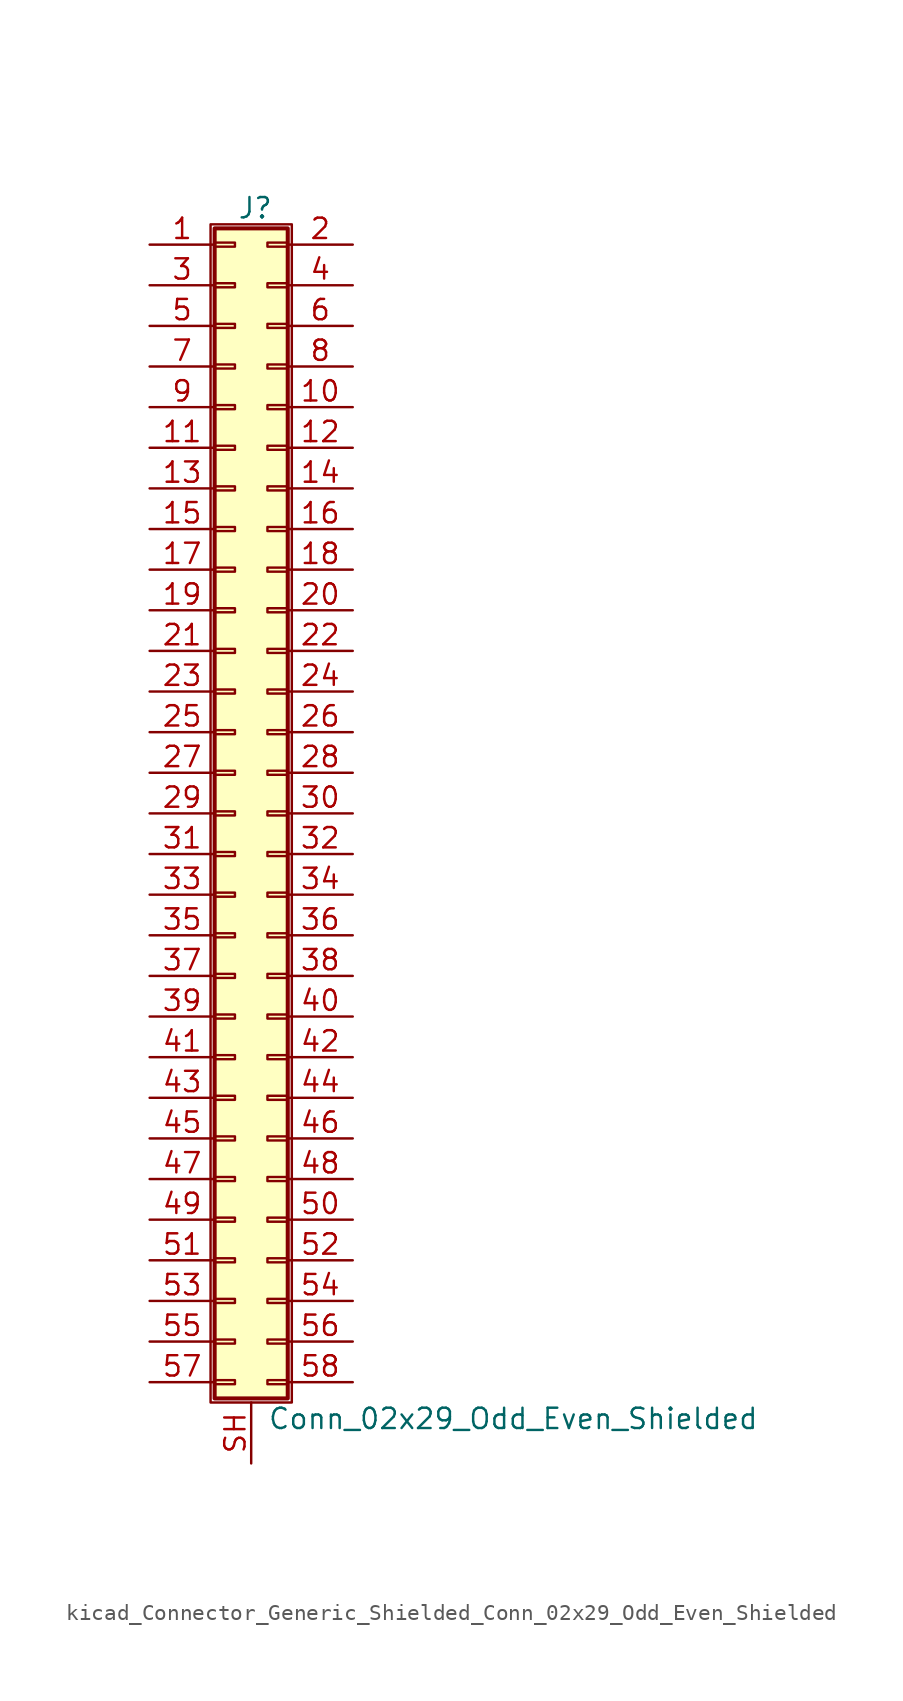
<source format=kicad_sym>
(kicad_symbol_lib
  (version 20220914)
  (generator kicad_symbol_editor)
  (symbol "kicad_Connector_Generic_Shielded_Conn_02x29_Odd_Even_Shielded"
    (pin_names
      (offset 1.016) hide)
    (property "Reference" "J"
      (at 1.524 37.846 0)
      (effects (font (size 1.27 1.27))))
    (property "Value" "Conn_02x29_Odd_Even_Shielded"
      (at 2.286 -37.846 0)
      (effects (font (size 1.27 1.27)) (justify left)))
    (symbol "kicad_Connector_Generic_Shielded_Conn_02x29_Odd_Even_Shielded_1_1"
      (rectangle (start -1.27 36.83) (end 3.81 -36.83) (stroke (width 0.152) (type default)) (fill (type none)))
      (rectangle (start -1.016 -35.433) (end 0.254 -35.687) (stroke (width 0.152) (type default)) (fill (type none)))
      (rectangle (start -1.016 -32.893) (end 0.254 -33.147) (stroke (width 0.152) (type default)) (fill (type none)))
      (rectangle (start -1.016 -30.353) (end 0.254 -30.607) (stroke (width 0.152) (type default)) (fill (type none)))
      (rectangle (start -1.016 -27.813) (end 0.254 -28.067) (stroke (width 0.152) (type default)) (fill (type none)))
      (rectangle (start -1.016 -25.273) (end 0.254 -25.527) (stroke (width 0.152) (type default)) (fill (type none)))
      (rectangle (start -1.016 -22.733) (end 0.254 -22.987) (stroke (width 0.152) (type default)) (fill (type none)))
      (rectangle (start -1.016 -20.193) (end 0.254 -20.447) (stroke (width 0.152) (type default)) (fill (type none)))
      (rectangle (start -1.016 -17.653) (end 0.254 -17.907) (stroke (width 0.152) (type default)) (fill (type none)))
      (rectangle (start -1.016 -15.113) (end 0.254 -15.367) (stroke (width 0.152) (type default)) (fill (type none)))
      (rectangle (start -1.016 -12.573) (end 0.254 -12.827) (stroke (width 0.152) (type default)) (fill (type none)))
      (rectangle (start -1.016 -10.033) (end 0.254 -10.287) (stroke (width 0.152) (type default)) (fill (type none)))
      (rectangle (start -1.016 -7.493) (end 0.254 -7.747) (stroke (width 0.152) (type default)) (fill (type none)))
      (rectangle (start -1.016 -4.953) (end 0.254 -5.207) (stroke (width 0.152) (type default)) (fill (type none)))
      (rectangle (start -1.016 -2.413) (end 0.254 -2.667) (stroke (width 0.152) (type default)) (fill (type none)))
      (rectangle (start -1.016 0.127) (end 0.254 -0.127) (stroke (width 0.152) (type default)) (fill (type none)))
      (rectangle (start -1.016 2.667) (end 0.254 2.413) (stroke (width 0.152) (type default)) (fill (type none)))
      (rectangle (start -1.016 5.207) (end 0.254 4.953) (stroke (width 0.152) (type default)) (fill (type none)))
      (rectangle (start -1.016 7.747) (end 0.254 7.493) (stroke (width 0.152) (type default)) (fill (type none)))
      (rectangle (start -1.016 10.287) (end 0.254 10.033) (stroke (width 0.152) (type default)) (fill (type none)))
      (rectangle (start -1.016 12.827) (end 0.254 12.573) (stroke (width 0.152) (type default)) (fill (type none)))
      (rectangle (start -1.016 15.367) (end 0.254 15.113) (stroke (width 0.152) (type default)) (fill (type none)))
      (rectangle (start -1.016 17.907) (end 0.254 17.653) (stroke (width 0.152) (type default)) (fill (type none)))
      (rectangle (start -1.016 20.447) (end 0.254 20.193) (stroke (width 0.152) (type default)) (fill (type none)))
      (rectangle (start -1.016 22.987) (end 0.254 22.733) (stroke (width 0.152) (type default)) (fill (type none)))
      (rectangle (start -1.016 25.527) (end 0.254 25.273) (stroke (width 0.152) (type default)) (fill (type none)))
      (rectangle (start -1.016 28.067) (end 0.254 27.813) (stroke (width 0.152) (type default)) (fill (type none)))
      (rectangle (start -1.016 30.607) (end 0.254 30.353) (stroke (width 0.152) (type default)) (fill (type none)))
      (rectangle (start -1.016 33.147) (end 0.254 32.893) (stroke (width 0.152) (type default)) (fill (type none)))
      (rectangle (start -1.016 35.687) (end 0.254 35.433) (stroke (width 0.152) (type default)) (fill (type none)))
      (rectangle (start -1.016 36.576) (end 3.556 -36.576) (stroke (width 0.254) (type default)) (fill (type background)))
      (rectangle (start 3.556 -35.433) (end 2.286 -35.687) (stroke (width 0.152) (type default)) (fill (type none)))
      (rectangle (start 3.556 -32.893) (end 2.286 -33.147) (stroke (width 0.152) (type default)) (fill (type none)))
      (rectangle (start 3.556 -30.353) (end 2.286 -30.607) (stroke (width 0.152) (type default)) (fill (type none)))
      (rectangle (start 3.556 -27.813) (end 2.286 -28.067) (stroke (width 0.152) (type default)) (fill (type none)))
      (rectangle (start 3.556 -25.273) (end 2.286 -25.527) (stroke (width 0.152) (type default)) (fill (type none)))
      (rectangle (start 3.556 -22.733) (end 2.286 -22.987) (stroke (width 0.152) (type default)) (fill (type none)))
      (rectangle (start 3.556 -20.193) (end 2.286 -20.447) (stroke (width 0.152) (type default)) (fill (type none)))
      (rectangle (start 3.556 -17.653) (end 2.286 -17.907) (stroke (width 0.152) (type default)) (fill (type none)))
      (rectangle (start 3.556 -15.113) (end 2.286 -15.367) (stroke (width 0.152) (type default)) (fill (type none)))
      (rectangle (start 3.556 -12.573) (end 2.286 -12.827) (stroke (width 0.152) (type default)) (fill (type none)))
      (rectangle (start 3.556 -10.033) (end 2.286 -10.287) (stroke (width 0.152) (type default)) (fill (type none)))
      (rectangle (start 3.556 -7.493) (end 2.286 -7.747) (stroke (width 0.152) (type default)) (fill (type none)))
      (rectangle (start 3.556 -4.953) (end 2.286 -5.207) (stroke (width 0.152) (type default)) (fill (type none)))
      (rectangle (start 3.556 -2.413) (end 2.286 -2.667) (stroke (width 0.152) (type default)) (fill (type none)))
      (rectangle (start 3.556 0.127) (end 2.286 -0.127) (stroke (width 0.152) (type default)) (fill (type none)))
      (rectangle (start 3.556 2.667) (end 2.286 2.413) (stroke (width 0.152) (type default)) (fill (type none)))
      (rectangle (start 3.556 5.207) (end 2.286 4.953) (stroke (width 0.152) (type default)) (fill (type none)))
      (rectangle (start 3.556 7.747) (end 2.286 7.493) (stroke (width 0.152) (type default)) (fill (type none)))
      (rectangle (start 3.556 10.287) (end 2.286 10.033) (stroke (width 0.152) (type default)) (fill (type none)))
      (rectangle (start 3.556 12.827) (end 2.286 12.573) (stroke (width 0.152) (type default)) (fill (type none)))
      (rectangle (start 3.556 15.367) (end 2.286 15.113) (stroke (width 0.152) (type default)) (fill (type none)))
      (rectangle (start 3.556 17.907) (end 2.286 17.653) (stroke (width 0.152) (type default)) (fill (type none)))
      (rectangle (start 3.556 20.447) (end 2.286 20.193) (stroke (width 0.152) (type default)) (fill (type none)))
      (rectangle (start 3.556 22.987) (end 2.286 22.733) (stroke (width 0.152) (type default)) (fill (type none)))
      (rectangle (start 3.556 25.527) (end 2.286 25.273) (stroke (width 0.152) (type default)) (fill (type none)))
      (rectangle (start 3.556 28.067) (end 2.286 27.813) (stroke (width 0.152) (type default)) (fill (type none)))
      (rectangle (start 3.556 30.607) (end 2.286 30.353) (stroke (width 0.152) (type default)) (fill (type none)))
      (rectangle (start 3.556 33.147) (end 2.286 32.893) (stroke (width 0.152) (type default)) (fill (type none)))
      (rectangle (start 3.556 35.687) (end 2.286 35.433) (stroke (width 0.152) (type default)) (fill (type none)))
      (pin passive line (at -5.08 35.56 0) (length 4.064) (name "Pin_1" (effects (font (size 1.27 1.27)))) (number "1" (effects (font (size 1.27 1.27)))))
      (pin passive line (at 7.62 25.4 180) (length 4.064) (name "Pin_10" (effects (font (size 1.27 1.27)))) (number "10" (effects (font (size 1.27 1.27)))))
      (pin passive line (at -5.08 22.86 0) (length 4.064) (name "Pin_11" (effects (font (size 1.27 1.27)))) (number "11" (effects (font (size 1.27 1.27)))))
      (pin passive line (at 7.62 22.86 180) (length 4.064) (name "Pin_12" (effects (font (size 1.27 1.27)))) (number "12" (effects (font (size 1.27 1.27)))))
      (pin passive line (at -5.08 20.32 0) (length 4.064) (name "Pin_13" (effects (font (size 1.27 1.27)))) (number "13" (effects (font (size 1.27 1.27)))))
      (pin passive line (at 7.62 20.32 180) (length 4.064) (name "Pin_14" (effects (font (size 1.27 1.27)))) (number "14" (effects (font (size 1.27 1.27)))))
      (pin passive line (at -5.08 17.78 0) (length 4.064) (name "Pin_15" (effects (font (size 1.27 1.27)))) (number "15" (effects (font (size 1.27 1.27)))))
      (pin passive line (at 7.62 17.78 180) (length 4.064) (name "Pin_16" (effects (font (size 1.27 1.27)))) (number "16" (effects (font (size 1.27 1.27)))))
      (pin passive line (at -5.08 15.24 0) (length 4.064) (name "Pin_17" (effects (font (size 1.27 1.27)))) (number "17" (effects (font (size 1.27 1.27)))))
      (pin passive line (at 7.62 15.24 180) (length 4.064) (name "Pin_18" (effects (font (size 1.27 1.27)))) (number "18" (effects (font (size 1.27 1.27)))))
      (pin passive line (at -5.08 12.7 0) (length 4.064) (name "Pin_19" (effects (font (size 1.27 1.27)))) (number "19" (effects (font (size 1.27 1.27)))))
      (pin passive line (at 7.62 35.56 180) (length 4.064) (name "Pin_2" (effects (font (size 1.27 1.27)))) (number "2" (effects (font (size 1.27 1.27)))))
      (pin passive line (at 7.62 12.7 180) (length 4.064) (name "Pin_20" (effects (font (size 1.27 1.27)))) (number "20" (effects (font (size 1.27 1.27)))))
      (pin passive line (at -5.08 10.16 0) (length 4.064) (name "Pin_21" (effects (font (size 1.27 1.27)))) (number "21" (effects (font (size 1.27 1.27)))))
      (pin passive line (at 7.62 10.16 180) (length 4.064) (name "Pin_22" (effects (font (size 1.27 1.27)))) (number "22" (effects (font (size 1.27 1.27)))))
      (pin passive line (at -5.08 7.62 0) (length 4.064) (name "Pin_23" (effects (font (size 1.27 1.27)))) (number "23" (effects (font (size 1.27 1.27)))))
      (pin passive line (at 7.62 7.62 180) (length 4.064) (name "Pin_24" (effects (font (size 1.27 1.27)))) (number "24" (effects (font (size 1.27 1.27)))))
      (pin passive line (at -5.08 5.08 0) (length 4.064) (name "Pin_25" (effects (font (size 1.27 1.27)))) (number "25" (effects (font (size 1.27 1.27)))))
      (pin passive line (at 7.62 5.08 180) (length 4.064) (name "Pin_26" (effects (font (size 1.27 1.27)))) (number "26" (effects (font (size 1.27 1.27)))))
      (pin passive line (at -5.08 2.54 0) (length 4.064) (name "Pin_27" (effects (font (size 1.27 1.27)))) (number "27" (effects (font (size 1.27 1.27)))))
      (pin passive line (at 7.62 2.54 180) (length 4.064) (name "Pin_28" (effects (font (size 1.27 1.27)))) (number "28" (effects (font (size 1.27 1.27)))))
      (pin passive line (at -5.08 0 0) (length 4.064) (name "Pin_29" (effects (font (size 1.27 1.27)))) (number "29" (effects (font (size 1.27 1.27)))))
      (pin passive line (at -5.08 33.02 0) (length 4.064) (name "Pin_3" (effects (font (size 1.27 1.27)))) (number "3" (effects (font (size 1.27 1.27)))))
      (pin passive line (at 7.62 0 180) (length 4.064) (name "Pin_30" (effects (font (size 1.27 1.27)))) (number "30" (effects (font (size 1.27 1.27)))))
      (pin passive line (at -5.08 -2.54 0) (length 4.064) (name "Pin_31" (effects (font (size 1.27 1.27)))) (number "31" (effects (font (size 1.27 1.27)))))
      (pin passive line (at 7.62 -2.54 180) (length 4.064) (name "Pin_32" (effects (font (size 1.27 1.27)))) (number "32" (effects (font (size 1.27 1.27)))))
      (pin passive line (at -5.08 -5.08 0) (length 4.064) (name "Pin_33" (effects (font (size 1.27 1.27)))) (number "33" (effects (font (size 1.27 1.27)))))
      (pin passive line (at 7.62 -5.08 180) (length 4.064) (name "Pin_34" (effects (font (size 1.27 1.27)))) (number "34" (effects (font (size 1.27 1.27)))))
      (pin passive line (at -5.08 -7.62 0) (length 4.064) (name "Pin_35" (effects (font (size 1.27 1.27)))) (number "35" (effects (font (size 1.27 1.27)))))
      (pin passive line (at 7.62 -7.62 180) (length 4.064) (name "Pin_36" (effects (font (size 1.27 1.27)))) (number "36" (effects (font (size 1.27 1.27)))))
      (pin passive line (at -5.08 -10.16 0) (length 4.064) (name "Pin_37" (effects (font (size 1.27 1.27)))) (number "37" (effects (font (size 1.27 1.27)))))
      (pin passive line (at 7.62 -10.16 180) (length 4.064) (name "Pin_38" (effects (font (size 1.27 1.27)))) (number "38" (effects (font (size 1.27 1.27)))))
      (pin passive line (at -5.08 -12.7 0) (length 4.064) (name "Pin_39" (effects (font (size 1.27 1.27)))) (number "39" (effects (font (size 1.27 1.27)))))
      (pin passive line (at 7.62 33.02 180) (length 4.064) (name "Pin_4" (effects (font (size 1.27 1.27)))) (number "4" (effects (font (size 1.27 1.27)))))
      (pin passive line (at 7.62 -12.7 180) (length 4.064) (name "Pin_40" (effects (font (size 1.27 1.27)))) (number "40" (effects (font (size 1.27 1.27)))))
      (pin passive line (at -5.08 -15.24 0) (length 4.064) (name "Pin_41" (effects (font (size 1.27 1.27)))) (number "41" (effects (font (size 1.27 1.27)))))
      (pin passive line (at 7.62 -15.24 180) (length 4.064) (name "Pin_42" (effects (font (size 1.27 1.27)))) (number "42" (effects (font (size 1.27 1.27)))))
      (pin passive line (at -5.08 -17.78 0) (length 4.064) (name "Pin_43" (effects (font (size 1.27 1.27)))) (number "43" (effects (font (size 1.27 1.27)))))
      (pin passive line (at 7.62 -17.78 180) (length 4.064) (name "Pin_44" (effects (font (size 1.27 1.27)))) (number "44" (effects (font (size 1.27 1.27)))))
      (pin passive line (at -5.08 -20.32 0) (length 4.064) (name "Pin_45" (effects (font (size 1.27 1.27)))) (number "45" (effects (font (size 1.27 1.27)))))
      (pin passive line (at 7.62 -20.32 180) (length 4.064) (name "Pin_46" (effects (font (size 1.27 1.27)))) (number "46" (effects (font (size 1.27 1.27)))))
      (pin passive line (at -5.08 -22.86 0) (length 4.064) (name "Pin_47" (effects (font (size 1.27 1.27)))) (number "47" (effects (font (size 1.27 1.27)))))
      (pin passive line (at 7.62 -22.86 180) (length 4.064) (name "Pin_48" (effects (font (size 1.27 1.27)))) (number "48" (effects (font (size 1.27 1.27)))))
      (pin passive line (at -5.08 -25.4 0) (length 4.064) (name "Pin_49" (effects (font (size 1.27 1.27)))) (number "49" (effects (font (size 1.27 1.27)))))
      (pin passive line (at -5.08 30.48 0) (length 4.064) (name "Pin_5" (effects (font (size 1.27 1.27)))) (number "5" (effects (font (size 1.27 1.27)))))
      (pin passive line (at 7.62 -25.4 180) (length 4.064) (name "Pin_50" (effects (font (size 1.27 1.27)))) (number "50" (effects (font (size 1.27 1.27)))))
      (pin passive line (at -5.08 -27.94 0) (length 4.064) (name "Pin_51" (effects (font (size 1.27 1.27)))) (number "51" (effects (font (size 1.27 1.27)))))
      (pin passive line (at 7.62 -27.94 180) (length 4.064) (name "Pin_52" (effects (font (size 1.27 1.27)))) (number "52" (effects (font (size 1.27 1.27)))))
      (pin passive line (at -5.08 -30.48 0) (length 4.064) (name "Pin_53" (effects (font (size 1.27 1.27)))) (number "53" (effects (font (size 1.27 1.27)))))
      (pin passive line (at 7.62 -30.48 180) (length 4.064) (name "Pin_54" (effects (font (size 1.27 1.27)))) (number "54" (effects (font (size 1.27 1.27)))))
      (pin passive line (at -5.08 -33.02 0) (length 4.064) (name "Pin_55" (effects (font (size 1.27 1.27)))) (number "55" (effects (font (size 1.27 1.27)))))
      (pin passive line (at 7.62 -33.02 180) (length 4.064) (name "Pin_56" (effects (font (size 1.27 1.27)))) (number "56" (effects (font (size 1.27 1.27)))))
      (pin passive line (at -5.08 -35.56 0) (length 4.064) (name "Pin_57" (effects (font (size 1.27 1.27)))) (number "57" (effects (font (size 1.27 1.27)))))
      (pin passive line (at 7.62 -35.56 180) (length 4.064) (name "Pin_58" (effects (font (size 1.27 1.27)))) (number "58" (effects (font (size 1.27 1.27)))))
      (pin passive line (at 7.62 30.48 180) (length 4.064) (name "Pin_6" (effects (font (size 1.27 1.27)))) (number "6" (effects (font (size 1.27 1.27)))))
      (pin passive line (at -5.08 27.94 0) (length 4.064) (name "Pin_7" (effects (font (size 1.27 1.27)))) (number "7" (effects (font (size 1.27 1.27)))))
      (pin passive line (at 7.62 27.94 180) (length 4.064) (name "Pin_8" (effects (font (size 1.27 1.27)))) (number "8" (effects (font (size 1.27 1.27)))))
      (pin passive line (at -5.08 25.4 0) (length 4.064) (name "Pin_9" (effects (font (size 1.27 1.27)))) (number "9" (effects (font (size 1.27 1.27)))))
      (pin passive line (at 1.27 -40.64 90) (length 3.81) (name "Shield" (effects (font (size 1.27 1.27)))) (number "SH" (effects (font (size 1.27 1.27))))))))
</source>
